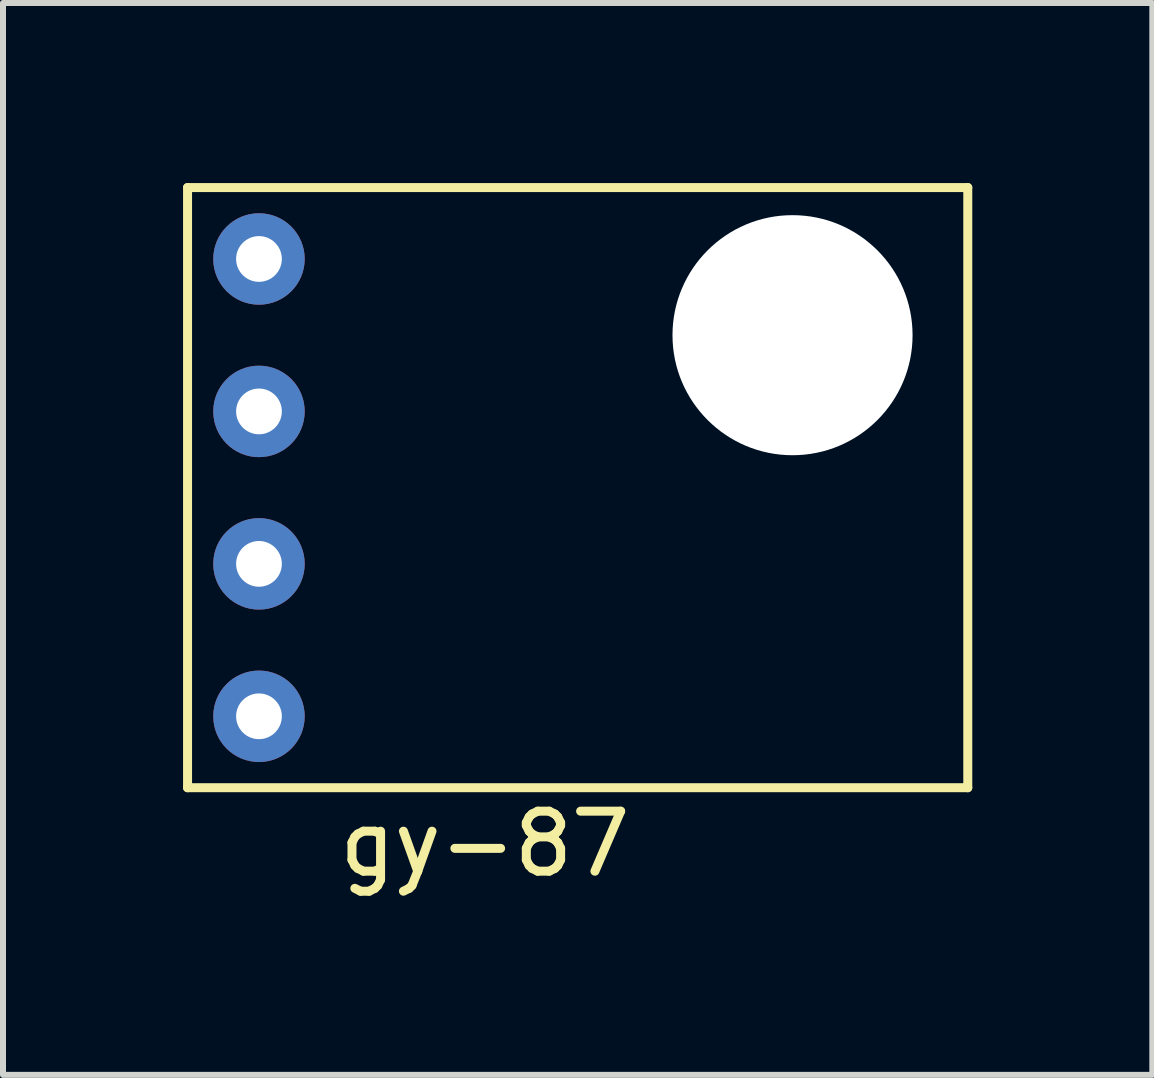
<source format=kicad_pcb>
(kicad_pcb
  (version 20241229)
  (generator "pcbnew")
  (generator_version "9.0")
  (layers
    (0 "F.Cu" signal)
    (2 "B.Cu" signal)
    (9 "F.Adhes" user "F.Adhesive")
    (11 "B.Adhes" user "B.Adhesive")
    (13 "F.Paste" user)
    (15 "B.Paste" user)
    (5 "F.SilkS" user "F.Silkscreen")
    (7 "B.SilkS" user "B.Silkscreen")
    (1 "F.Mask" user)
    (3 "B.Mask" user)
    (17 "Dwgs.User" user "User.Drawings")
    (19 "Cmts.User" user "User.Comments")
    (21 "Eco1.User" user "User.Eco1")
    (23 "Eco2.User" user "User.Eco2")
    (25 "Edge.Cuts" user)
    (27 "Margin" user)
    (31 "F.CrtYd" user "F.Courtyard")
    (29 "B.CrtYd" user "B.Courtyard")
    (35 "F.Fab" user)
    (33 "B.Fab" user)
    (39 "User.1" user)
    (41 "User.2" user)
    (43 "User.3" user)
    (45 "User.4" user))
  (footprint "gy-87"
    (layer "F.Cu")
    (at 5.075 5.075)
    (property "Reference" "gy-87" (at -0.046 5.936 0) (layer "F.SilkS") (effects (font (size 1 1) (thickness 0.15))))
    (attr through_hole)
    (fp_line (start -5 -5) (end -5 5) (stroke (width 0.15) (type solid)) (layer "F.SilkS"))
    (fp_line (start -5 -5) (end 8 -5) (stroke (width 0.15) (type solid)) (layer "F.SilkS"))
    (fp_line (start -5 5) (end 8 5) (stroke (width 0.15) (type solid)) (layer "F.SilkS"))
    (fp_line (start 8 -5) (end 8 5) (stroke (width 0.15) (type solid)) (layer "F.SilkS"))
    (fp_circle (center 5.08 -2.54) (end 5.08 -0.635) (stroke (width 0.15) (type solid)) (fill no) (layer "F.SilkS"))
    (pad "" np_thru_hole circle (at 5.08 -2.54) (size 4 4) (drill 4) (layers "*.Cu" "*.Mask"))
    (pad "1" thru_hole circle (at -3.81 -3.81) (size 1.524 1.524) (drill 0.762) (layers "*.Cu" "*.Mask"))
    (pad "2" thru_hole circle (at -3.81 -1.27) (size 1.524 1.524) (drill 0.762) (layers "*.Cu" "*.Mask"))
    (pad "3" thru_hole circle (at -3.81 1.27) (size 1.524 1.524) (drill 0.762) (layers "*.Cu" "*.Mask"))
    (pad "4" thru_hole circle (at -3.81 3.81) (size 1.524 1.524) (drill 0.762) (layers "*.Cu" "*.Mask")))
  (gr_rect
    (start -3 -3)
    (end 16.15 14.859)
    (stroke (width 0.1) (type default))
    (fill no)
    (layer "Edge.Cuts")))
</source>
